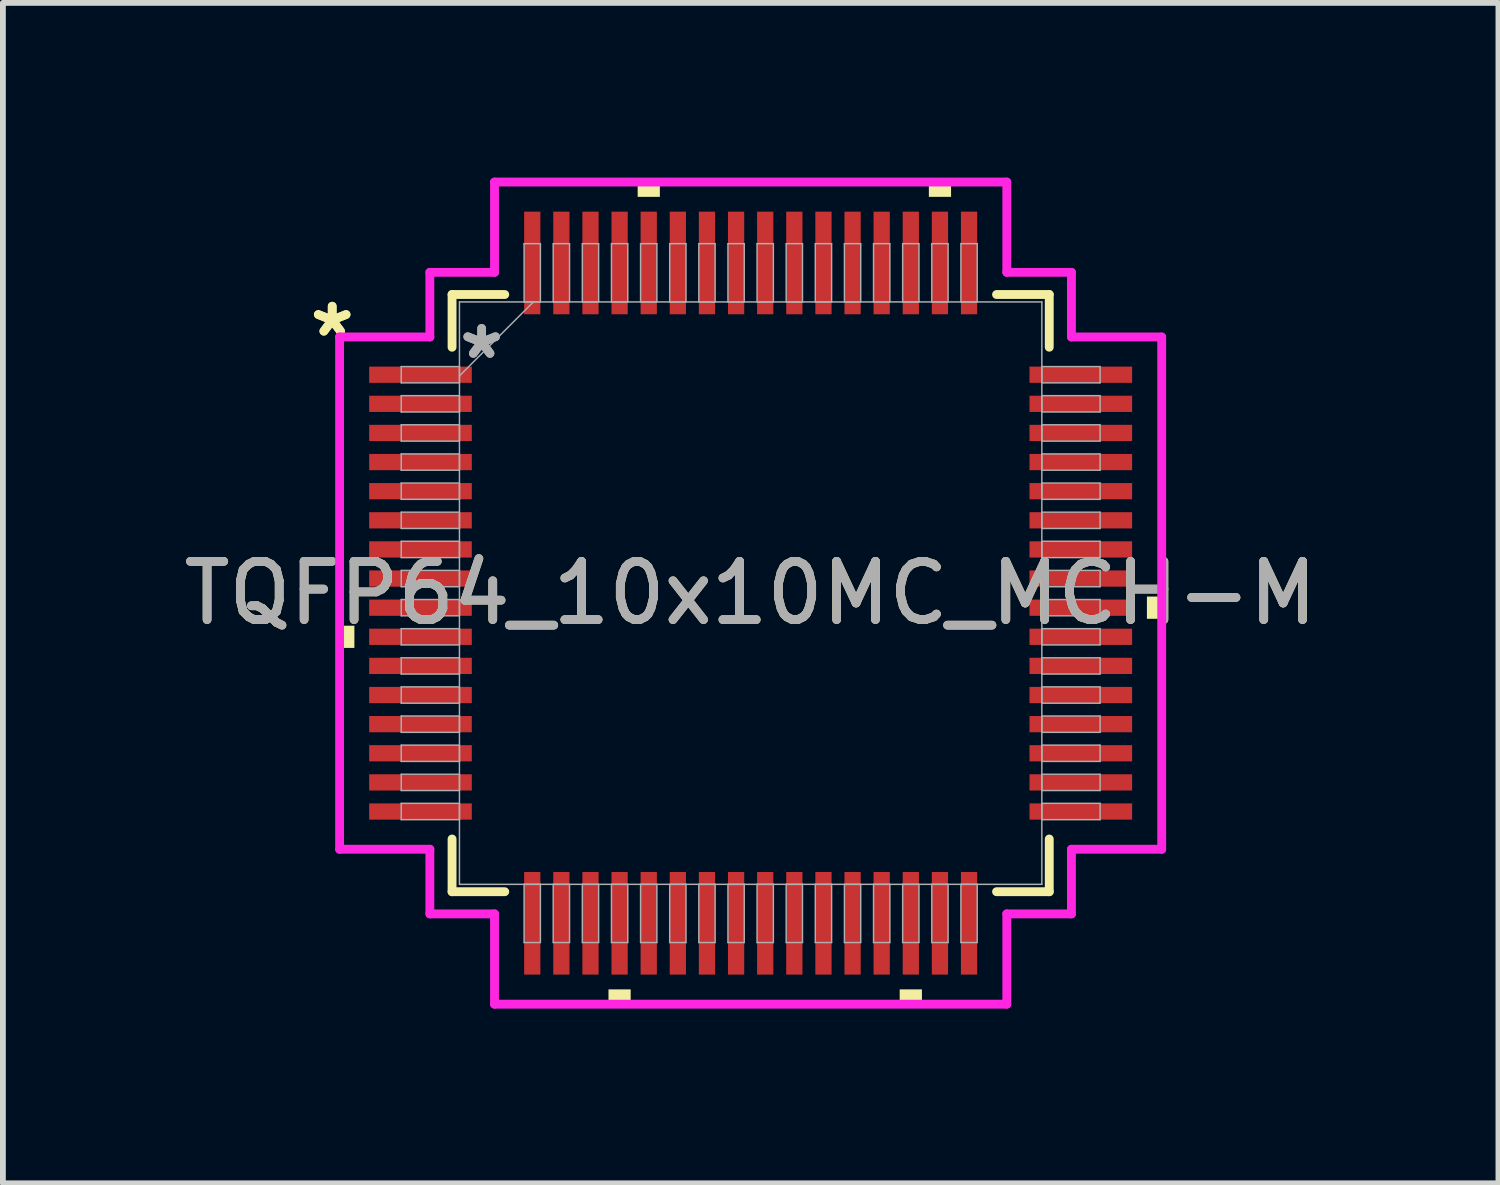
<source format=kicad_pcb>
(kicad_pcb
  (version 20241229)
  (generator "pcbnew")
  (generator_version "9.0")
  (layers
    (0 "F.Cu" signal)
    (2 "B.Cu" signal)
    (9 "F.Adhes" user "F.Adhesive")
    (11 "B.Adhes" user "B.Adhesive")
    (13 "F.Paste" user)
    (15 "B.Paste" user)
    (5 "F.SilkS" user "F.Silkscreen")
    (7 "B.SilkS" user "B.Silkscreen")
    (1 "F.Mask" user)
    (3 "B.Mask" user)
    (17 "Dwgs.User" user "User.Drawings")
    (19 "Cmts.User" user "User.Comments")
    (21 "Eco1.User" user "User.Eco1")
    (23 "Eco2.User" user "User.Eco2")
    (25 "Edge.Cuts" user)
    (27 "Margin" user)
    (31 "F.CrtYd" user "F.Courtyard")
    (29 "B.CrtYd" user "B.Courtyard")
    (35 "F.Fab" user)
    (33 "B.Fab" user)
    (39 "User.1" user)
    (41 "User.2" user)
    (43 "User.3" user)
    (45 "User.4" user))
  (footprint "TQFP64_10x10MC_MCH-M"
    (layer "F.Cu")
    (at 9.839 7.134)
    (property "Reference" "TQFP64_10x10MC_MCH-M" (at 0 0 0) (unlocked yes) (layer "F.SilkS") (effects (font (size 1 1) (thickness 0.15))))
    (attr smd)
    (fp_line (start -5.127 -5.127) (end -5.127 -4.222) (stroke (width 0.152) (type solid)) (layer "F.SilkS"))
    (fp_line (start -5.127 4.222) (end -5.127 5.127) (stroke (width 0.152) (type solid)) (layer "F.SilkS"))
    (fp_line (start -5.127 5.127) (end -4.222 5.127) (stroke (width 0.152) (type solid)) (layer "F.SilkS"))
    (fp_line (start -4.222 -5.127) (end -5.127 -5.127) (stroke (width 0.152) (type solid)) (layer "F.SilkS"))
    (fp_line (start 4.222 5.127) (end 5.127 5.127) (stroke (width 0.152) (type solid)) (layer "F.SilkS"))
    (fp_line (start 5.127 -5.127) (end 4.222 -5.127) (stroke (width 0.152) (type solid)) (layer "F.SilkS"))
    (fp_line (start 5.127 -4.222) (end 5.127 -5.127) (stroke (width 0.152) (type solid)) (layer "F.SilkS"))
    (fp_line (start 5.127 5.127) (end 5.127 4.222) (stroke (width 0.152) (type solid)) (layer "F.SilkS"))
    (fp_poly (pts (xy -7.058 0.56) (xy -7.058 0.941) (xy -6.804 0.941) (xy -6.804 0.56)) (stroke (width 0) (type solid)) (fill yes) (layer "F.SilkS"))
    (fp_poly (pts (xy -2.441 6.804) (xy -2.441 7.058) (xy -2.06 7.058) (xy -2.06 6.804)) (stroke (width 0) (type solid)) (fill yes) (layer "F.SilkS"))
    (fp_poly (pts (xy -1.94 -6.804) (xy -1.94 -7.058) (xy -1.559 -7.058) (xy -1.559 -6.804)) (stroke (width 0) (type solid)) (fill yes) (layer "F.SilkS"))
    (fp_poly (pts (xy 2.559 6.804) (xy 2.559 7.058) (xy 2.941 7.058) (xy 2.941 6.804)) (stroke (width 0) (type solid)) (fill yes) (layer "F.SilkS"))
    (fp_poly (pts (xy 3.06 -6.804) (xy 3.06 -7.058) (xy 3.441 -7.058) (xy 3.441 -6.804)) (stroke (width 0) (type solid)) (fill yes) (layer "F.SilkS"))
    (fp_poly (pts (xy 7.058 0.059) (xy 7.058 0.441) (xy 6.804 0.441) (xy 6.804 0.059)) (stroke (width 0) (type solid)) (fill yes) (layer "F.SilkS"))
    (fp_line (start -7.058 -4.398) (end -5.508 -4.398) (stroke (width 0.152) (type solid)) (layer "F.CrtYd"))
    (fp_line (start -7.058 4.398) (end -7.058 -4.398) (stroke (width 0.152) (type solid)) (layer "F.CrtYd"))
    (fp_line (start -5.508 -5.508) (end -4.398 -5.508) (stroke (width 0.152) (type solid)) (layer "F.CrtYd"))
    (fp_line (start -5.508 -4.398) (end -5.508 -5.508) (stroke (width 0.152) (type solid)) (layer "F.CrtYd"))
    (fp_line (start -5.508 4.398) (end -7.058 4.398) (stroke (width 0.152) (type solid)) (layer "F.CrtYd"))
    (fp_line (start -5.508 5.508) (end -5.508 4.398) (stroke (width 0.152) (type solid)) (layer "F.CrtYd"))
    (fp_line (start -5.508 5.508) (end -4.398 5.508) (stroke (width 0.152) (type solid)) (layer "F.CrtYd"))
    (fp_line (start -4.398 -7.058) (end 4.398 -7.058) (stroke (width 0.152) (type solid)) (layer "F.CrtYd"))
    (fp_line (start -4.398 -5.508) (end -4.398 -7.058) (stroke (width 0.152) (type solid)) (layer "F.CrtYd"))
    (fp_line (start -4.398 5.508) (end -4.398 7.058) (stroke (width 0.152) (type solid)) (layer "F.CrtYd"))
    (fp_line (start -4.398 7.058) (end 4.398 7.058) (stroke (width 0.152) (type solid)) (layer "F.CrtYd"))
    (fp_line (start 4.398 -7.058) (end 4.398 -5.508) (stroke (width 0.152) (type solid)) (layer "F.CrtYd"))
    (fp_line (start 4.398 -5.508) (end 5.508 -5.508) (stroke (width 0.152) (type solid)) (layer "F.CrtYd"))
    (fp_line (start 4.398 5.508) (end 5.508 5.508) (stroke (width 0.152) (type solid)) (layer "F.CrtYd"))
    (fp_line (start 4.398 7.058) (end 4.398 5.508) (stroke (width 0.152) (type solid)) (layer "F.CrtYd"))
    (fp_line (start 5.508 -4.398) (end 5.508 -5.508) (stroke (width 0.152) (type solid)) (layer "F.CrtYd"))
    (fp_line (start 5.508 4.398) (end 7.058 4.398) (stroke (width 0.152) (type solid)) (layer "F.CrtYd"))
    (fp_line (start 5.508 5.508) (end 5.508 4.398) (stroke (width 0.152) (type solid)) (layer "F.CrtYd"))
    (fp_line (start 7.058 -4.398) (end 5.508 -4.398) (stroke (width 0.152) (type solid)) (layer "F.CrtYd"))
    (fp_line (start 7.058 4.398) (end 7.058 -4.398) (stroke (width 0.152) (type solid)) (layer "F.CrtYd"))
    (fp_line (start -6 -3.89) (end -6 -3.61) (stroke (width 0.025) (type solid)) (layer "F.Fab"))
    (fp_line (start -6 -3.61) (end -5 -3.61) (stroke (width 0.025) (type solid)) (layer "F.Fab"))
    (fp_line (start -6 -3.39) (end -6 -3.11) (stroke (width 0.025) (type solid)) (layer "F.Fab"))
    (fp_line (start -6 -3.11) (end -5 -3.11) (stroke (width 0.025) (type solid)) (layer "F.Fab"))
    (fp_line (start -6 -2.89) (end -6 -2.61) (stroke (width 0.025) (type solid)) (layer "F.Fab"))
    (fp_line (start -6 -2.61) (end -5 -2.61) (stroke (width 0.025) (type solid)) (layer "F.Fab"))
    (fp_line (start -6 -2.39) (end -6 -2.11) (stroke (width 0.025) (type solid)) (layer "F.Fab"))
    (fp_line (start -6 -2.11) (end -5 -2.11) (stroke (width 0.025) (type solid)) (layer "F.Fab"))
    (fp_line (start -6 -1.89) (end -6 -1.61) (stroke (width 0.025) (type solid)) (layer "F.Fab"))
    (fp_line (start -6 -1.61) (end -5 -1.61) (stroke (width 0.025) (type solid)) (layer "F.Fab"))
    (fp_line (start -6 -1.39) (end -6 -1.11) (stroke (width 0.025) (type solid)) (layer "F.Fab"))
    (fp_line (start -6 -1.11) (end -5 -1.11) (stroke (width 0.025) (type solid)) (layer "F.Fab"))
    (fp_line (start -6 -0.89) (end -6 -0.61) (stroke (width 0.025) (type solid)) (layer "F.Fab"))
    (fp_line (start -6 -0.61) (end -5 -0.61) (stroke (width 0.025) (type solid)) (layer "F.Fab"))
    (fp_line (start -6 -0.39) (end -6 -0.11) (stroke (width 0.025) (type solid)) (layer "F.Fab"))
    (fp_line (start -6 -0.11) (end -5 -0.11) (stroke (width 0.025) (type solid)) (layer "F.Fab"))
    (fp_line (start -6 0.11) (end -6 0.39) (stroke (width 0.025) (type solid)) (layer "F.Fab"))
    (fp_line (start -6 0.39) (end -5 0.39) (stroke (width 0.025) (type solid)) (layer "F.Fab"))
    (fp_line (start -6 0.61) (end -6 0.89) (stroke (width 0.025) (type solid)) (layer "F.Fab"))
    (fp_line (start -6 0.89) (end -5 0.89) (stroke (width 0.025) (type solid)) (layer "F.Fab"))
    (fp_line (start -6 1.11) (end -6 1.39) (stroke (width 0.025) (type solid)) (layer "F.Fab"))
    (fp_line (start -6 1.39) (end -5 1.39) (stroke (width 0.025) (type solid)) (layer "F.Fab"))
    (fp_line (start -6 1.61) (end -6 1.89) (stroke (width 0.025) (type solid)) (layer "F.Fab"))
    (fp_line (start -6 1.89) (end -5 1.89) (stroke (width 0.025) (type solid)) (layer "F.Fab"))
    (fp_line (start -6 2.11) (end -6 2.39) (stroke (width 0.025) (type solid)) (layer "F.Fab"))
    (fp_line (start -6 2.39) (end -5 2.39) (stroke (width 0.025) (type solid)) (layer "F.Fab"))
    (fp_line (start -6 2.61) (end -6 2.89) (stroke (width 0.025) (type solid)) (layer "F.Fab"))
    (fp_line (start -6 2.89) (end -5 2.89) (stroke (width 0.025) (type solid)) (layer "F.Fab"))
    (fp_line (start -6 3.11) (end -6 3.39) (stroke (width 0.025) (type solid)) (layer "F.Fab"))
    (fp_line (start -6 3.39) (end -5 3.39) (stroke (width 0.025) (type solid)) (layer "F.Fab"))
    (fp_line (start -6 3.61) (end -6 3.89) (stroke (width 0.025) (type solid)) (layer "F.Fab"))
    (fp_line (start -6 3.89) (end -5 3.89) (stroke (width 0.025) (type solid)) (layer "F.Fab"))
    (fp_line (start -5 -5) (end -5 5) (stroke (width 0.025) (type solid)) (layer "F.Fab"))
    (fp_line (start -5 -3.89) (end -6 -3.89) (stroke (width 0.025) (type solid)) (layer "F.Fab"))
    (fp_line (start -5 -3.73) (end -3.73 -5) (stroke (width 0.025) (type solid)) (layer "F.Fab"))
    (fp_line (start -5 -3.61) (end -5 -3.89) (stroke (width 0.025) (type solid)) (layer "F.Fab"))
    (fp_line (start -5 -3.39) (end -6 -3.39) (stroke (width 0.025) (type solid)) (layer "F.Fab"))
    (fp_line (start -5 -3.11) (end -5 -3.39) (stroke (width 0.025) (type solid)) (layer "F.Fab"))
    (fp_line (start -5 -2.89) (end -6 -2.89) (stroke (width 0.025) (type solid)) (layer "F.Fab"))
    (fp_line (start -5 -2.61) (end -5 -2.89) (stroke (width 0.025) (type solid)) (layer "F.Fab"))
    (fp_line (start -5 -2.39) (end -6 -2.39) (stroke (width 0.025) (type solid)) (layer "F.Fab"))
    (fp_line (start -5 -2.11) (end -5 -2.39) (stroke (width 0.025) (type solid)) (layer "F.Fab"))
    (fp_line (start -5 -1.89) (end -6 -1.89) (stroke (width 0.025) (type solid)) (layer "F.Fab"))
    (fp_line (start -5 -1.61) (end -5 -1.89) (stroke (width 0.025) (type solid)) (layer "F.Fab"))
    (fp_line (start -5 -1.39) (end -6 -1.39) (stroke (width 0.025) (type solid)) (layer "F.Fab"))
    (fp_line (start -5 -1.11) (end -5 -1.39) (stroke (width 0.025) (type solid)) (layer "F.Fab"))
    (fp_line (start -5 -0.89) (end -6 -0.89) (stroke (width 0.025) (type solid)) (layer "F.Fab"))
    (fp_line (start -5 -0.61) (end -5 -0.89) (stroke (width 0.025) (type solid)) (layer "F.Fab"))
    (fp_line (start -5 -0.39) (end -6 -0.39) (stroke (width 0.025) (type solid)) (layer "F.Fab"))
    (fp_line (start -5 -0.11) (end -5 -0.39) (stroke (width 0.025) (type solid)) (layer "F.Fab"))
    (fp_line (start -5 0.11) (end -6 0.11) (stroke (width 0.025) (type solid)) (layer "F.Fab"))
    (fp_line (start -5 0.39) (end -5 0.11) (stroke (width 0.025) (type solid)) (layer "F.Fab"))
    (fp_line (start -5 0.61) (end -6 0.61) (stroke (width 0.025) (type solid)) (layer "F.Fab"))
    (fp_line (start -5 0.89) (end -5 0.61) (stroke (width 0.025) (type solid)) (layer "F.Fab"))
    (fp_line (start -5 1.11) (end -6 1.11) (stroke (width 0.025) (type solid)) (layer "F.Fab"))
    (fp_line (start -5 1.39) (end -5 1.11) (stroke (width 0.025) (type solid)) (layer "F.Fab"))
    (fp_line (start -5 1.61) (end -6 1.61) (stroke (width 0.025) (type solid)) (layer "F.Fab"))
    (fp_line (start -5 1.89) (end -5 1.61) (stroke (width 0.025) (type solid)) (layer "F.Fab"))
    (fp_line (start -5 2.11) (end -6 2.11) (stroke (width 0.025) (type solid)) (layer "F.Fab"))
    (fp_line (start -5 2.39) (end -5 2.11) (stroke (width 0.025) (type solid)) (layer "F.Fab"))
    (fp_line (start -5 2.61) (end -6 2.61) (stroke (width 0.025) (type solid)) (layer "F.Fab"))
    (fp_line (start -5 2.89) (end -5 2.61) (stroke (width 0.025) (type solid)) (layer "F.Fab"))
    (fp_line (start -5 3.11) (end -6 3.11) (stroke (width 0.025) (type solid)) (layer "F.Fab"))
    (fp_line (start -5 3.39) (end -5 3.11) (stroke (width 0.025) (type solid)) (layer "F.Fab"))
    (fp_line (start -5 3.61) (end -6 3.61) (stroke (width 0.025) (type solid)) (layer "F.Fab"))
    (fp_line (start -5 3.89) (end -5 3.61) (stroke (width 0.025) (type solid)) (layer "F.Fab"))
    (fp_line (start -5 5) (end 5 5) (stroke (width 0.025) (type solid)) (layer "F.Fab"))
    (fp_line (start -3.89 -6) (end -3.89 -5) (stroke (width 0.025) (type solid)) (layer "F.Fab"))
    (fp_line (start -3.89 -5) (end -3.61 -5) (stroke (width 0.025) (type solid)) (layer "F.Fab"))
    (fp_line (start -3.89 5) (end -3.89 6) (stroke (width 0.025) (type solid)) (layer "F.Fab"))
    (fp_line (start -3.89 6) (end -3.61 6) (stroke (width 0.025) (type solid)) (layer "F.Fab"))
    (fp_line (start -3.61 -6) (end -3.89 -6) (stroke (width 0.025) (type solid)) (layer "F.Fab"))
    (fp_line (start -3.61 -5) (end -3.61 -6) (stroke (width 0.025) (type solid)) (layer "F.Fab"))
    (fp_line (start -3.61 5) (end -3.89 5) (stroke (width 0.025) (type solid)) (layer "F.Fab"))
    (fp_line (start -3.61 6) (end -3.61 5) (stroke (width 0.025) (type solid)) (layer "F.Fab"))
    (fp_line (start -3.39 -6) (end -3.39 -5) (stroke (width 0.025) (type solid)) (layer "F.Fab"))
    (fp_line (start -3.39 -5) (end -3.11 -5) (stroke (width 0.025) (type solid)) (layer "F.Fab"))
    (fp_line (start -3.39 5) (end -3.39 6) (stroke (width 0.025) (type solid)) (layer "F.Fab"))
    (fp_line (start -3.39 6) (end -3.11 6) (stroke (width 0.025) (type solid)) (layer "F.Fab"))
    (fp_line (start -3.11 -6) (end -3.39 -6) (stroke (width 0.025) (type solid)) (layer "F.Fab"))
    (fp_line (start -3.11 -5) (end -3.11 -6) (stroke (width 0.025) (type solid)) (layer "F.Fab"))
    (fp_line (start -3.11 5) (end -3.39 5) (stroke (width 0.025) (type solid)) (layer "F.Fab"))
    (fp_line (start -3.11 6) (end -3.11 5) (stroke (width 0.025) (type solid)) (layer "F.Fab"))
    (fp_line (start -2.89 -6) (end -2.89 -5) (stroke (width 0.025) (type solid)) (layer "F.Fab"))
    (fp_line (start -2.89 -5) (end -2.61 -5) (stroke (width 0.025) (type solid)) (layer "F.Fab"))
    (fp_line (start -2.89 5) (end -2.89 6) (stroke (width 0.025) (type solid)) (layer "F.Fab"))
    (fp_line (start -2.89 6) (end -2.61 6) (stroke (width 0.025) (type solid)) (layer "F.Fab"))
    (fp_line (start -2.61 -6) (end -2.89 -6) (stroke (width 0.025) (type solid)) (layer "F.Fab"))
    (fp_line (start -2.61 -5) (end -2.61 -6) (stroke (width 0.025) (type solid)) (layer "F.Fab"))
    (fp_line (start -2.61 5) (end -2.89 5) (stroke (width 0.025) (type solid)) (layer "F.Fab"))
    (fp_line (start -2.61 6) (end -2.61 5) (stroke (width 0.025) (type solid)) (layer "F.Fab"))
    (fp_line (start -2.39 -6) (end -2.39 -5) (stroke (width 0.025) (type solid)) (layer "F.Fab"))
    (fp_line (start -2.39 -5) (end -2.11 -5) (stroke (width 0.025) (type solid)) (layer "F.Fab"))
    (fp_line (start -2.39 5) (end -2.39 6) (stroke (width 0.025) (type solid)) (layer "F.Fab"))
    (fp_line (start -2.39 6) (end -2.11 6) (stroke (width 0.025) (type solid)) (layer "F.Fab"))
    (fp_line (start -2.11 -6) (end -2.39 -6) (stroke (width 0.025) (type solid)) (layer "F.Fab"))
    (fp_line (start -2.11 -5) (end -2.11 -6) (stroke (width 0.025) (type solid)) (layer "F.Fab"))
    (fp_line (start -2.11 5) (end -2.39 5) (stroke (width 0.025) (type solid)) (layer "F.Fab"))
    (fp_line (start -2.11 6) (end -2.11 5) (stroke (width 0.025) (type solid)) (layer "F.Fab"))
    (fp_line (start -1.89 -6) (end -1.89 -5) (stroke (width 0.025) (type solid)) (layer "F.Fab"))
    (fp_line (start -1.89 -5) (end -1.61 -5) (stroke (width 0.025) (type solid)) (layer "F.Fab"))
    (fp_line (start -1.89 5) (end -1.89 6) (stroke (width 0.025) (type solid)) (layer "F.Fab"))
    (fp_line (start -1.89 6) (end -1.61 6) (stroke (width 0.025) (type solid)) (layer "F.Fab"))
    (fp_line (start -1.61 -6) (end -1.89 -6) (stroke (width 0.025) (type solid)) (layer "F.Fab"))
    (fp_line (start -1.61 -5) (end -1.61 -6) (stroke (width 0.025) (type solid)) (layer "F.Fab"))
    (fp_line (start -1.61 5) (end -1.89 5) (stroke (width 0.025) (type solid)) (layer "F.Fab"))
    (fp_line (start -1.61 6) (end -1.61 5) (stroke (width 0.025) (type solid)) (layer "F.Fab"))
    (fp_line (start -1.39 -6) (end -1.39 -5) (stroke (width 0.025) (type solid)) (layer "F.Fab"))
    (fp_line (start -1.39 -5) (end -1.11 -5) (stroke (width 0.025) (type solid)) (layer "F.Fab"))
    (fp_line (start -1.39 5) (end -1.39 6) (stroke (width 0.025) (type solid)) (layer "F.Fab"))
    (fp_line (start -1.39 6) (end -1.11 6) (stroke (width 0.025) (type solid)) (layer "F.Fab"))
    (fp_line (start -1.11 -6) (end -1.39 -6) (stroke (width 0.025) (type solid)) (layer "F.Fab"))
    (fp_line (start -1.11 -5) (end -1.11 -6) (stroke (width 0.025) (type solid)) (layer "F.Fab"))
    (fp_line (start -1.11 5) (end -1.39 5) (stroke (width 0.025) (type solid)) (layer "F.Fab"))
    (fp_line (start -1.11 6) (end -1.11 5) (stroke (width 0.025) (type solid)) (layer "F.Fab"))
    (fp_line (start -0.89 -6) (end -0.89 -5) (stroke (width 0.025) (type solid)) (layer "F.Fab"))
    (fp_line (start -0.89 -5) (end -0.61 -5) (stroke (width 0.025) (type solid)) (layer "F.Fab"))
    (fp_line (start -0.89 5) (end -0.89 6) (stroke (width 0.025) (type solid)) (layer "F.Fab"))
    (fp_line (start -0.89 6) (end -0.61 6) (stroke (width 0.025) (type solid)) (layer "F.Fab"))
    (fp_line (start -0.61 -6) (end -0.89 -6) (stroke (width 0.025) (type solid)) (layer "F.Fab"))
    (fp_line (start -0.61 -5) (end -0.61 -6) (stroke (width 0.025) (type solid)) (layer "F.Fab"))
    (fp_line (start -0.61 5) (end -0.89 5) (stroke (width 0.025) (type solid)) (layer "F.Fab"))
    (fp_line (start -0.61 6) (end -0.61 5) (stroke (width 0.025) (type solid)) (layer "F.Fab"))
    (fp_line (start -0.39 -6) (end -0.39 -5) (stroke (width 0.025) (type solid)) (layer "F.Fab"))
    (fp_line (start -0.39 -5) (end -0.11 -5) (stroke (width 0.025) (type solid)) (layer "F.Fab"))
    (fp_line (start -0.39 5) (end -0.39 6) (stroke (width 0.025) (type solid)) (layer "F.Fab"))
    (fp_line (start -0.39 6) (end -0.11 6) (stroke (width 0.025) (type solid)) (layer "F.Fab"))
    (fp_line (start -0.11 -6) (end -0.39 -6) (stroke (width 0.025) (type solid)) (layer "F.Fab"))
    (fp_line (start -0.11 -5) (end -0.11 -6) (stroke (width 0.025) (type solid)) (layer "F.Fab"))
    (fp_line (start -0.11 5) (end -0.39 5) (stroke (width 0.025) (type solid)) (layer "F.Fab"))
    (fp_line (start -0.11 6) (end -0.11 5) (stroke (width 0.025) (type solid)) (layer "F.Fab"))
    (fp_line (start 0.11 -6) (end 0.11 -5) (stroke (width 0.025) (type solid)) (layer "F.Fab"))
    (fp_line (start 0.11 -5) (end 0.39 -5) (stroke (width 0.025) (type solid)) (layer "F.Fab"))
    (fp_line (start 0.11 5) (end 0.11 6) (stroke (width 0.025) (type solid)) (layer "F.Fab"))
    (fp_line (start 0.11 6) (end 0.39 6) (stroke (width 0.025) (type solid)) (layer "F.Fab"))
    (fp_line (start 0.39 -6) (end 0.11 -6) (stroke (width 0.025) (type solid)) (layer "F.Fab"))
    (fp_line (start 0.39 -5) (end 0.39 -6) (stroke (width 0.025) (type solid)) (layer "F.Fab"))
    (fp_line (start 0.39 5) (end 0.11 5) (stroke (width 0.025) (type solid)) (layer "F.Fab"))
    (fp_line (start 0.39 6) (end 0.39 5) (stroke (width 0.025) (type solid)) (layer "F.Fab"))
    (fp_line (start 0.61 -6) (end 0.61 -5) (stroke (width 0.025) (type solid)) (layer "F.Fab"))
    (fp_line (start 0.61 -5) (end 0.89 -5) (stroke (width 0.025) (type solid)) (layer "F.Fab"))
    (fp_line (start 0.61 5) (end 0.61 6) (stroke (width 0.025) (type solid)) (layer "F.Fab"))
    (fp_line (start 0.61 6) (end 0.89 6) (stroke (width 0.025) (type solid)) (layer "F.Fab"))
    (fp_line (start 0.89 -6) (end 0.61 -6) (stroke (width 0.025) (type solid)) (layer "F.Fab"))
    (fp_line (start 0.89 -5) (end 0.89 -6) (stroke (width 0.025) (type solid)) (layer "F.Fab"))
    (fp_line (start 0.89 5) (end 0.61 5) (stroke (width 0.025) (type solid)) (layer "F.Fab"))
    (fp_line (start 0.89 6) (end 0.89 5) (stroke (width 0.025) (type solid)) (layer "F.Fab"))
    (fp_line (start 1.11 -6) (end 1.11 -5) (stroke (width 0.025) (type solid)) (layer "F.Fab"))
    (fp_line (start 1.11 -5) (end 1.39 -5) (stroke (width 0.025) (type solid)) (layer "F.Fab"))
    (fp_line (start 1.11 5) (end 1.11 6) (stroke (width 0.025) (type solid)) (layer "F.Fab"))
    (fp_line (start 1.11 6) (end 1.39 6) (stroke (width 0.025) (type solid)) (layer "F.Fab"))
    (fp_line (start 1.39 -6) (end 1.11 -6) (stroke (width 0.025) (type solid)) (layer "F.Fab"))
    (fp_line (start 1.39 -5) (end 1.39 -6) (stroke (width 0.025) (type solid)) (layer "F.Fab"))
    (fp_line (start 1.39 5) (end 1.11 5) (stroke (width 0.025) (type solid)) (layer "F.Fab"))
    (fp_line (start 1.39 6) (end 1.39 5) (stroke (width 0.025) (type solid)) (layer "F.Fab"))
    (fp_line (start 1.61 -6) (end 1.61 -5) (stroke (width 0.025) (type solid)) (layer "F.Fab"))
    (fp_line (start 1.61 -5) (end 1.89 -5) (stroke (width 0.025) (type solid)) (layer "F.Fab"))
    (fp_line (start 1.61 5) (end 1.61 6) (stroke (width 0.025) (type solid)) (layer "F.Fab"))
    (fp_line (start 1.61 6) (end 1.89 6) (stroke (width 0.025) (type solid)) (layer "F.Fab"))
    (fp_line (start 1.89 -6) (end 1.61 -6) (stroke (width 0.025) (type solid)) (layer "F.Fab"))
    (fp_line (start 1.89 -5) (end 1.89 -6) (stroke (width 0.025) (type solid)) (layer "F.Fab"))
    (fp_line (start 1.89 5) (end 1.61 5) (stroke (width 0.025) (type solid)) (layer "F.Fab"))
    (fp_line (start 1.89 6) (end 1.89 5) (stroke (width 0.025) (type solid)) (layer "F.Fab"))
    (fp_line (start 2.11 -6) (end 2.11 -5) (stroke (width 0.025) (type solid)) (layer "F.Fab"))
    (fp_line (start 2.11 -5) (end 2.39 -5) (stroke (width 0.025) (type solid)) (layer "F.Fab"))
    (fp_line (start 2.11 5) (end 2.11 6) (stroke (width 0.025) (type solid)) (layer "F.Fab"))
    (fp_line (start 2.11 6) (end 2.39 6) (stroke (width 0.025) (type solid)) (layer "F.Fab"))
    (fp_line (start 2.39 -6) (end 2.11 -6) (stroke (width 0.025) (type solid)) (layer "F.Fab"))
    (fp_line (start 2.39 -5) (end 2.39 -6) (stroke (width 0.025) (type solid)) (layer "F.Fab"))
    (fp_line (start 2.39 5) (end 2.11 5) (stroke (width 0.025) (type solid)) (layer "F.Fab"))
    (fp_line (start 2.39 6) (end 2.39 5) (stroke (width 0.025) (type solid)) (layer "F.Fab"))
    (fp_line (start 2.61 -6) (end 2.61 -5) (stroke (width 0.025) (type solid)) (layer "F.Fab"))
    (fp_line (start 2.61 -5) (end 2.89 -5) (stroke (width 0.025) (type solid)) (layer "F.Fab"))
    (fp_line (start 2.61 5) (end 2.61 6) (stroke (width 0.025) (type solid)) (layer "F.Fab"))
    (fp_line (start 2.61 6) (end 2.89 6) (stroke (width 0.025) (type solid)) (layer "F.Fab"))
    (fp_line (start 2.89 -6) (end 2.61 -6) (stroke (width 0.025) (type solid)) (layer "F.Fab"))
    (fp_line (start 2.89 -5) (end 2.89 -6) (stroke (width 0.025) (type solid)) (layer "F.Fab"))
    (fp_line (start 2.89 5) (end 2.61 5) (stroke (width 0.025) (type solid)) (layer "F.Fab"))
    (fp_line (start 2.89 6) (end 2.89 5) (stroke (width 0.025) (type solid)) (layer "F.Fab"))
    (fp_line (start 3.11 -6) (end 3.11 -5) (stroke (width 0.025) (type solid)) (layer "F.Fab"))
    (fp_line (start 3.11 -5) (end 3.39 -5) (stroke (width 0.025) (type solid)) (layer "F.Fab"))
    (fp_line (start 3.11 5) (end 3.11 6) (stroke (width 0.025) (type solid)) (layer "F.Fab"))
    (fp_line (start 3.11 6) (end 3.39 6) (stroke (width 0.025) (type solid)) (layer "F.Fab"))
    (fp_line (start 3.39 -6) (end 3.11 -6) (stroke (width 0.025) (type solid)) (layer "F.Fab"))
    (fp_line (start 3.39 -5) (end 3.39 -6) (stroke (width 0.025) (type solid)) (layer "F.Fab"))
    (fp_line (start 3.39 5) (end 3.11 5) (stroke (width 0.025) (type solid)) (layer "F.Fab"))
    (fp_line (start 3.39 6) (end 3.39 5) (stroke (width 0.025) (type solid)) (layer "F.Fab"))
    (fp_line (start 3.61 -6) (end 3.61 -5) (stroke (width 0.025) (type solid)) (layer "F.Fab"))
    (fp_line (start 3.61 -5) (end 3.89 -5) (stroke (width 0.025) (type solid)) (layer "F.Fab"))
    (fp_line (start 3.61 5) (end 3.61 6) (stroke (width 0.025) (type solid)) (layer "F.Fab"))
    (fp_line (start 3.61 6) (end 3.89 6) (stroke (width 0.025) (type solid)) (layer "F.Fab"))
    (fp_line (start 3.89 -6) (end 3.61 -6) (stroke (width 0.025) (type solid)) (layer "F.Fab"))
    (fp_line (start 3.89 -5) (end 3.89 -6) (stroke (width 0.025) (type solid)) (layer "F.Fab"))
    (fp_line (start 3.89 5) (end 3.61 5) (stroke (width 0.025) (type solid)) (layer "F.Fab"))
    (fp_line (start 3.89 6) (end 3.89 5) (stroke (width 0.025) (type solid)) (layer "F.Fab"))
    (fp_line (start 5 -5) (end -5 -5) (stroke (width 0.025) (type solid)) (layer "F.Fab"))
    (fp_line (start 5 -3.89) (end 5 -3.61) (stroke (width 0.025) (type solid)) (layer "F.Fab"))
    (fp_line (start 5 -3.61) (end 6 -3.61) (stroke (width 0.025) (type solid)) (layer "F.Fab"))
    (fp_line (start 5 -3.39) (end 5 -3.11) (stroke (width 0.025) (type solid)) (layer "F.Fab"))
    (fp_line (start 5 -3.11) (end 6 -3.11) (stroke (width 0.025) (type solid)) (layer "F.Fab"))
    (fp_line (start 5 -2.89) (end 5 -2.61) (stroke (width 0.025) (type solid)) (layer "F.Fab"))
    (fp_line (start 5 -2.61) (end 6 -2.61) (stroke (width 0.025) (type solid)) (layer "F.Fab"))
    (fp_line (start 5 -2.39) (end 5 -2.11) (stroke (width 0.025) (type solid)) (layer "F.Fab"))
    (fp_line (start 5 -2.11) (end 6 -2.11) (stroke (width 0.025) (type solid)) (layer "F.Fab"))
    (fp_line (start 5 -1.89) (end 5 -1.61) (stroke (width 0.025) (type solid)) (layer "F.Fab"))
    (fp_line (start 5 -1.61) (end 6 -1.61) (stroke (width 0.025) (type solid)) (layer "F.Fab"))
    (fp_line (start 5 -1.39) (end 5 -1.11) (stroke (width 0.025) (type solid)) (layer "F.Fab"))
    (fp_line (start 5 -1.11) (end 6 -1.11) (stroke (width 0.025) (type solid)) (layer "F.Fab"))
    (fp_line (start 5 -0.89) (end 5 -0.61) (stroke (width 0.025) (type solid)) (layer "F.Fab"))
    (fp_line (start 5 -0.61) (end 6 -0.61) (stroke (width 0.025) (type solid)) (layer "F.Fab"))
    (fp_line (start 5 -0.39) (end 5 -0.11) (stroke (width 0.025) (type solid)) (layer "F.Fab"))
    (fp_line (start 5 -0.11) (end 6 -0.11) (stroke (width 0.025) (type solid)) (layer "F.Fab"))
    (fp_line (start 5 0.11) (end 5 0.39) (stroke (width 0.025) (type solid)) (layer "F.Fab"))
    (fp_line (start 5 0.39) (end 6 0.39) (stroke (width 0.025) (type solid)) (layer "F.Fab"))
    (fp_line (start 5 0.61) (end 5 0.89) (stroke (width 0.025) (type solid)) (layer "F.Fab"))
    (fp_line (start 5 0.89) (end 6 0.89) (stroke (width 0.025) (type solid)) (layer "F.Fab"))
    (fp_line (start 5 1.11) (end 5 1.39) (stroke (width 0.025) (type solid)) (layer "F.Fab"))
    (fp_line (start 5 1.39) (end 6 1.39) (stroke (width 0.025) (type solid)) (layer "F.Fab"))
    (fp_line (start 5 1.61) (end 5 1.89) (stroke (width 0.025) (type solid)) (layer "F.Fab"))
    (fp_line (start 5 1.89) (end 6 1.89) (stroke (width 0.025) (type solid)) (layer "F.Fab"))
    (fp_line (start 5 2.11) (end 5 2.39) (stroke (width 0.025) (type solid)) (layer "F.Fab"))
    (fp_line (start 5 2.39) (end 6 2.39) (stroke (width 0.025) (type solid)) (layer "F.Fab"))
    (fp_line (start 5 2.61) (end 5 2.89) (stroke (width 0.025) (type solid)) (layer "F.Fab"))
    (fp_line (start 5 2.89) (end 6 2.89) (stroke (width 0.025) (type solid)) (layer "F.Fab"))
    (fp_line (start 5 3.11) (end 5 3.39) (stroke (width 0.025) (type solid)) (layer "F.Fab"))
    (fp_line (start 5 3.39) (end 6 3.39) (stroke (width 0.025) (type solid)) (layer "F.Fab"))
    (fp_line (start 5 3.61) (end 5 3.89) (stroke (width 0.025) (type solid)) (layer "F.Fab"))
    (fp_line (start 5 3.89) (end 6 3.89) (stroke (width 0.025) (type solid)) (layer "F.Fab"))
    (fp_line (start 5 5) (end 5 -5) (stroke (width 0.025) (type solid)) (layer "F.Fab"))
    (fp_line (start 6 -3.89) (end 5 -3.89) (stroke (width 0.025) (type solid)) (layer "F.Fab"))
    (fp_line (start 6 -3.61) (end 6 -3.89) (stroke (width 0.025) (type solid)) (layer "F.Fab"))
    (fp_line (start 6 -3.39) (end 5 -3.39) (stroke (width 0.025) (type solid)) (layer "F.Fab"))
    (fp_line (start 6 -3.11) (end 6 -3.39) (stroke (width 0.025) (type solid)) (layer "F.Fab"))
    (fp_line (start 6 -2.89) (end 5 -2.89) (stroke (width 0.025) (type solid)) (layer "F.Fab"))
    (fp_line (start 6 -2.61) (end 6 -2.89) (stroke (width 0.025) (type solid)) (layer "F.Fab"))
    (fp_line (start 6 -2.39) (end 5 -2.39) (stroke (width 0.025) (type solid)) (layer "F.Fab"))
    (fp_line (start 6 -2.11) (end 6 -2.39) (stroke (width 0.025) (type solid)) (layer "F.Fab"))
    (fp_line (start 6 -1.89) (end 5 -1.89) (stroke (width 0.025) (type solid)) (layer "F.Fab"))
    (fp_line (start 6 -1.61) (end 6 -1.89) (stroke (width 0.025) (type solid)) (layer "F.Fab"))
    (fp_line (start 6 -1.39) (end 5 -1.39) (stroke (width 0.025) (type solid)) (layer "F.Fab"))
    (fp_line (start 6 -1.11) (end 6 -1.39) (stroke (width 0.025) (type solid)) (layer "F.Fab"))
    (fp_line (start 6 -0.89) (end 5 -0.89) (stroke (width 0.025) (type solid)) (layer "F.Fab"))
    (fp_line (start 6 -0.61) (end 6 -0.89) (stroke (width 0.025) (type solid)) (layer "F.Fab"))
    (fp_line (start 6 -0.39) (end 5 -0.39) (stroke (width 0.025) (type solid)) (layer "F.Fab"))
    (fp_line (start 6 -0.11) (end 6 -0.39) (stroke (width 0.025) (type solid)) (layer "F.Fab"))
    (fp_line (start 6 0.11) (end 5 0.11) (stroke (width 0.025) (type solid)) (layer "F.Fab"))
    (fp_line (start 6 0.39) (end 6 0.11) (stroke (width 0.025) (type solid)) (layer "F.Fab"))
    (fp_line (start 6 0.61) (end 5 0.61) (stroke (width 0.025) (type solid)) (layer "F.Fab"))
    (fp_line (start 6 0.89) (end 6 0.61) (stroke (width 0.025) (type solid)) (layer "F.Fab"))
    (fp_line (start 6 1.11) (end 5 1.11) (stroke (width 0.025) (type solid)) (layer "F.Fab"))
    (fp_line (start 6 1.39) (end 6 1.11) (stroke (width 0.025) (type solid)) (layer "F.Fab"))
    (fp_line (start 6 1.61) (end 5 1.61) (stroke (width 0.025) (type solid)) (layer "F.Fab"))
    (fp_line (start 6 1.89) (end 6 1.61) (stroke (width 0.025) (type solid)) (layer "F.Fab"))
    (fp_line (start 6 2.11) (end 5 2.11) (stroke (width 0.025) (type solid)) (layer "F.Fab"))
    (fp_line (start 6 2.39) (end 6 2.11) (stroke (width 0.025) (type solid)) (layer "F.Fab"))
    (fp_line (start 6 2.61) (end 5 2.61) (stroke (width 0.025) (type solid)) (layer "F.Fab"))
    (fp_line (start 6 2.89) (end 6 2.61) (stroke (width 0.025) (type solid)) (layer "F.Fab"))
    (fp_line (start 6 3.11) (end 5 3.11) (stroke (width 0.025) (type solid)) (layer "F.Fab"))
    (fp_line (start 6 3.39) (end 6 3.11) (stroke (width 0.025) (type solid)) (layer "F.Fab"))
    (fp_line (start 6 3.61) (end 5 3.61) (stroke (width 0.025) (type solid)) (layer "F.Fab"))
    (fp_line (start 6 3.89) (end 6 3.61) (stroke (width 0.025) (type solid)) (layer "F.Fab"))
    (fp_text user "*" (at -7.185 -4.381 0) (layer "F.SilkS") (effects (font (size 1 1) (thickness 0.15))))
    (fp_text user "*" (at -7.185 -4.381 0) (unlocked yes) (layer "F.SilkS") (effects (font (size 1 1) (thickness 0.15))))
    (fp_text user "*" (at -4.619 -4 0) (unlocked yes) (layer "F.Fab") (effects (font (size 1 1) (thickness 0.15))))
    (fp_text user "${REFERENCE}" (at 0 0 0) (unlocked yes) (layer "F.Fab") (effects (font (size 1 1) (thickness 0.15))))
    (fp_text user "*" (at -4.619 -4 0) (layer "F.Fab") (effects (font (size 1 1) (thickness 0.15))))
    (pad "1" smd rect (at -5.669 -3.75 90) (size 0.279 1.762) (layers "F.Cu" "F.Mask" "F.Paste"))
    (pad "2" smd rect (at -5.669 -3.25 90) (size 0.279 1.762) (layers "F.Cu" "F.Mask" "F.Paste"))
    (pad "3" smd rect (at -5.669 -2.75 90) (size 0.279 1.762) (layers "F.Cu" "F.Mask" "F.Paste"))
    (pad "4" smd rect (at -5.669 -2.25 90) (size 0.279 1.762) (layers "F.Cu" "F.Mask" "F.Paste"))
    (pad "5" smd rect (at -5.669 -1.75 90) (size 0.279 1.762) (layers "F.Cu" "F.Mask" "F.Paste"))
    (pad "6" smd rect (at -5.669 -1.25 90) (size 0.279 1.762) (layers "F.Cu" "F.Mask" "F.Paste"))
    (pad "7" smd rect (at -5.669 -0.75 90) (size 0.279 1.762) (layers "F.Cu" "F.Mask" "F.Paste"))
    (pad "8" smd rect (at -5.669 -0.25 90) (size 0.279 1.762) (layers "F.Cu" "F.Mask" "F.Paste"))
    (pad "9" smd rect (at -5.669 0.25 90) (size 0.279 1.762) (layers "F.Cu" "F.Mask" "F.Paste"))
    (pad "10" smd rect (at -5.669 0.75 90) (size 0.279 1.762) (layers "F.Cu" "F.Mask" "F.Paste"))
    (pad "11" smd rect (at -5.669 1.25 90) (size 0.279 1.762) (layers "F.Cu" "F.Mask" "F.Paste"))
    (pad "12" smd rect (at -5.669 1.75 90) (size 0.279 1.762) (layers "F.Cu" "F.Mask" "F.Paste"))
    (pad "13" smd rect (at -5.669 2.25 90) (size 0.279 1.762) (layers "F.Cu" "F.Mask" "F.Paste"))
    (pad "14" smd rect (at -5.669 2.75 90) (size 0.279 1.762) (layers "F.Cu" "F.Mask" "F.Paste"))
    (pad "15" smd rect (at -5.669 3.25 90) (size 0.279 1.762) (layers "F.Cu" "F.Mask" "F.Paste"))
    (pad "16" smd rect (at -5.669 3.75 90) (size 0.279 1.762) (layers "F.Cu" "F.Mask" "F.Paste"))
    (pad "17" smd rect (at -3.75 5.669) (size 0.279 1.762) (layers "F.Cu" "F.Mask" "F.Paste"))
    (pad "18" smd rect (at -3.25 5.669) (size 0.279 1.762) (layers "F.Cu" "F.Mask" "F.Paste"))
    (pad "19" smd rect (at -2.75 5.669) (size 0.279 1.762) (layers "F.Cu" "F.Mask" "F.Paste"))
    (pad "20" smd rect (at -2.25 5.669) (size 0.279 1.762) (layers "F.Cu" "F.Mask" "F.Paste"))
    (pad "21" smd rect (at -1.75 5.669) (size 0.279 1.762) (layers "F.Cu" "F.Mask" "F.Paste"))
    (pad "22" smd rect (at -1.25 5.669) (size 0.279 1.762) (layers "F.Cu" "F.Mask" "F.Paste"))
    (pad "23" smd rect (at -0.75 5.669) (size 0.279 1.762) (layers "F.Cu" "F.Mask" "F.Paste"))
    (pad "24" smd rect (at -0.25 5.669) (size 0.279 1.762) (layers "F.Cu" "F.Mask" "F.Paste"))
    (pad "25" smd rect (at 0.25 5.669) (size 0.279 1.762) (layers "F.Cu" "F.Mask" "F.Paste"))
    (pad "26" smd rect (at 0.75 5.669) (size 0.279 1.762) (layers "F.Cu" "F.Mask" "F.Paste"))
    (pad "27" smd rect (at 1.25 5.669) (size 0.279 1.762) (layers "F.Cu" "F.Mask" "F.Paste"))
    (pad "28" smd rect (at 1.75 5.669) (size 0.279 1.762) (layers "F.Cu" "F.Mask" "F.Paste"))
    (pad "29" smd rect (at 2.25 5.669) (size 0.279 1.762) (layers "F.Cu" "F.Mask" "F.Paste"))
    (pad "30" smd rect (at 2.75 5.669) (size 0.279 1.762) (layers "F.Cu" "F.Mask" "F.Paste"))
    (pad "31" smd rect (at 3.25 5.669) (size 0.279 1.762) (layers "F.Cu" "F.Mask" "F.Paste"))
    (pad "32" smd rect (at 3.75 5.669) (size 0.279 1.762) (layers "F.Cu" "F.Mask" "F.Paste"))
    (pad "33" smd rect (at 5.669 3.75 90) (size 0.279 1.762) (layers "F.Cu" "F.Mask" "F.Paste"))
    (pad "34" smd rect (at 5.669 3.25 90) (size 0.279 1.762) (layers "F.Cu" "F.Mask" "F.Paste"))
    (pad "35" smd rect (at 5.669 2.75 90) (size 0.279 1.762) (layers "F.Cu" "F.Mask" "F.Paste"))
    (pad "36" smd rect (at 5.669 2.25 90) (size 0.279 1.762) (layers "F.Cu" "F.Mask" "F.Paste"))
    (pad "37" smd rect (at 5.669 1.75 90) (size 0.279 1.762) (layers "F.Cu" "F.Mask" "F.Paste"))
    (pad "38" smd rect (at 5.669 1.25 90) (size 0.279 1.762) (layers "F.Cu" "F.Mask" "F.Paste"))
    (pad "39" smd rect (at 5.669 0.75 90) (size 0.279 1.762) (layers "F.Cu" "F.Mask" "F.Paste"))
    (pad "40" smd rect (at 5.669 0.25 90) (size 0.279 1.762) (layers "F.Cu" "F.Mask" "F.Paste"))
    (pad "41" smd rect (at 5.669 -0.25 90) (size 0.279 1.762) (layers "F.Cu" "F.Mask" "F.Paste"))
    (pad "42" smd rect (at 5.669 -0.75 90) (size 0.279 1.762) (layers "F.Cu" "F.Mask" "F.Paste"))
    (pad "43" smd rect (at 5.669 -1.25 90) (size 0.279 1.762) (layers "F.Cu" "F.Mask" "F.Paste"))
    (pad "44" smd rect (at 5.669 -1.75 90) (size 0.279 1.762) (layers "F.Cu" "F.Mask" "F.Paste"))
    (pad "45" smd rect (at 5.669 -2.25 90) (size 0.279 1.762) (layers "F.Cu" "F.Mask" "F.Paste"))
    (pad "46" smd rect (at 5.669 -2.75 90) (size 0.279 1.762) (layers "F.Cu" "F.Mask" "F.Paste"))
    (pad "47" smd rect (at 5.669 -3.25 90) (size 0.279 1.762) (layers "F.Cu" "F.Mask" "F.Paste"))
    (pad "48" smd rect (at 5.669 -3.75 90) (size 0.279 1.762) (layers "F.Cu" "F.Mask" "F.Paste"))
    (pad "49" smd rect (at 3.75 -5.669) (size 0.279 1.762) (layers "F.Cu" "F.Mask" "F.Paste"))
    (pad "50" smd rect (at 3.25 -5.669) (size 0.279 1.762) (layers "F.Cu" "F.Mask" "F.Paste"))
    (pad "51" smd rect (at 2.75 -5.669) (size 0.279 1.762) (layers "F.Cu" "F.Mask" "F.Paste"))
    (pad "52" smd rect (at 2.25 -5.669) (size 0.279 1.762) (layers "F.Cu" "F.Mask" "F.Paste"))
    (pad "53" smd rect (at 1.75 -5.669) (size 0.279 1.762) (layers "F.Cu" "F.Mask" "F.Paste"))
    (pad "54" smd rect (at 1.25 -5.669) (size 0.279 1.762) (layers "F.Cu" "F.Mask" "F.Paste"))
    (pad "55" smd rect (at 0.75 -5.669) (size 0.279 1.762) (layers "F.Cu" "F.Mask" "F.Paste"))
    (pad "56" smd rect (at 0.25 -5.669) (size 0.279 1.762) (layers "F.Cu" "F.Mask" "F.Paste"))
    (pad "57" smd rect (at -0.25 -5.669) (size 0.279 1.762) (layers "F.Cu" "F.Mask" "F.Paste"))
    (pad "58" smd rect (at -0.75 -5.669) (size 0.279 1.762) (layers "F.Cu" "F.Mask" "F.Paste"))
    (pad "59" smd rect (at -1.25 -5.669) (size 0.279 1.762) (layers "F.Cu" "F.Mask" "F.Paste"))
    (pad "60" smd rect (at -1.75 -5.669) (size 0.279 1.762) (layers "F.Cu" "F.Mask" "F.Paste"))
    (pad "61" smd rect (at -2.25 -5.669) (size 0.279 1.762) (layers "F.Cu" "F.Mask" "F.Paste"))
    (pad "62" smd rect (at -2.75 -5.669) (size 0.279 1.762) (layers "F.Cu" "F.Mask" "F.Paste"))
    (pad "63" smd rect (at -3.25 -5.669) (size 0.279 1.762) (layers "F.Cu" "F.Mask" "F.Paste"))
    (pad "64" smd rect (at -3.75 -5.669) (size 0.279 1.762) (layers "F.Cu" "F.Mask" "F.Paste")))
  (gr_rect
    (start -3 -3)
    (end 22.679 17.268)
    (stroke (width 0.1) (type default))
    (fill no)
    (layer "Edge.Cuts")))
</source>
